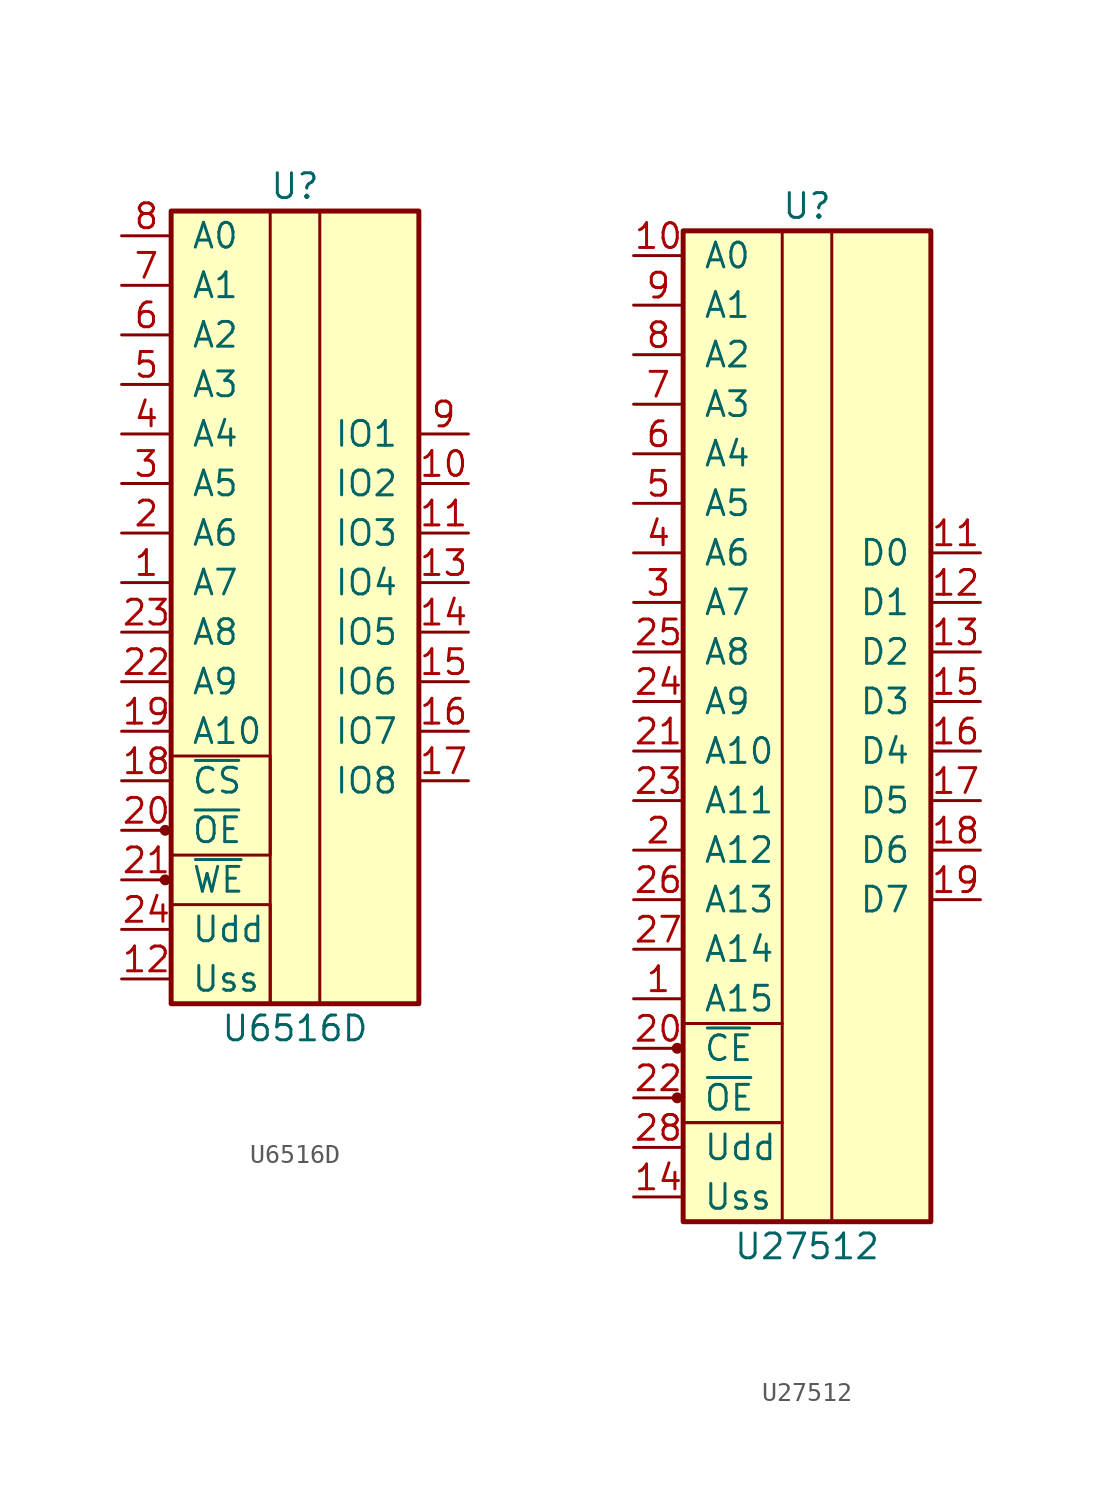
<source format=kicad_sym>
(kicad_symbol_lib
  (version 20211014)
  (generator kicad_symbol_editor)
  (symbol "U6516D"
    (pin_names
      (offset 1.016))
    (property "Reference" "U"
      (at 0 21.59 0)
      (effects (font (size 1.27 1.27))))
    (property "Value" "U6516D"
      (at 0 -21.59 0)
      (effects (font (size 1.27 1.27))))
    (symbol "U6516D_0_1"
      (rectangle (start -1.27 -12.7) (end -6.35 -7.62) (stroke (width 0) (type default) (color 0 0 0 0)) (fill (type none))))
    (symbol "U6516D_1_1"
      (circle (center -6.655 -13.97) (radius 0.203) (stroke (width 0) (type default) (color 0 0 0 0)) (fill (type outline)))
      (circle (center -6.655 -11.43) (radius 0.203) (stroke (width 0) (type default) (color 0 0 0 0)) (fill (type outline)))
      (rectangle (start -6.35 -15.24) (end -1.27 -20.32) (stroke (width 0) (type default) (color 0 0 0 0)) (fill (type none)))
      (rectangle (start -6.35 20.32) (end 6.35 -20.32) (stroke (width 0.254) (type default) (color 0 0 0 0)) (fill (type background)))
      (rectangle (start 1.27 20.32) (end -1.27 -20.32) (stroke (width 0) (type default) (color 0 0 0 0)) (fill (type none)))
      (pin input line (at -8.89 1.27 0) (length 2.54) (name "A7" (effects (font (size 1.27 1.27)))) (number "1" (effects (font (size 1.27 1.27)))))
      (pin tri_state line (at 8.89 6.35 180) (length 2.54) (name "IO2" (effects (font (size 1.27 1.27)))) (number "10" (effects (font (size 1.27 1.27)))))
      (pin tri_state line (at 8.89 3.81 180) (length 2.54) (name "IO3" (effects (font (size 1.27 1.27)))) (number "11" (effects (font (size 1.27 1.27)))))
      (pin power_in line (at -8.89 -19.05 0) (length 2.54) (name "Uss" (effects (font (size 1.27 1.27)))) (number "12" (effects (font (size 1.27 1.27)))))
      (pin tri_state line (at 8.89 1.27 180) (length 2.54) (name "IO4" (effects (font (size 1.27 1.27)))) (number "13" (effects (font (size 1.27 1.27)))))
      (pin tri_state line (at 8.89 -1.27 180) (length 2.54) (name "IO5" (effects (font (size 1.27 1.27)))) (number "14" (effects (font (size 1.27 1.27)))))
      (pin tri_state line (at 8.89 -3.81 180) (length 2.54) (name "IO6" (effects (font (size 1.27 1.27)))) (number "15" (effects (font (size 1.27 1.27)))))
      (pin tri_state line (at 8.89 -6.35 180) (length 2.54) (name "IO7" (effects (font (size 1.27 1.27)))) (number "16" (effects (font (size 1.27 1.27)))))
      (pin tri_state line (at 8.89 -8.89 180) (length 2.54) (name "IO8" (effects (font (size 1.27 1.27)))) (number "17" (effects (font (size 1.27 1.27)))))
      (pin input line (at -8.89 -8.89 0) (length 2.54) (name "~{CS}" (effects (font (size 1.27 1.27)))) (number "18" (effects (font (size 1.27 1.27)))))
      (pin input line (at -8.89 -6.35 0) (length 2.54) (name "A10" (effects (font (size 1.27 1.27)))) (number "19" (effects (font (size 1.27 1.27)))))
      (pin input line (at -8.89 3.81 0) (length 2.54) (name "A6" (effects (font (size 1.27 1.27)))) (number "2" (effects (font (size 1.27 1.27)))))
      (pin input line (at -8.89 -11.43 0) (length 2.54) (name "~{OE}" (effects (font (size 1.27 1.27)))) (number "20" (effects (font (size 1.27 1.27)))))
      (pin input line (at -8.89 -13.97 0) (length 2.54) (name "~{WE}" (effects (font (size 1.27 1.27)))) (number "21" (effects (font (size 1.27 1.27)))))
      (pin input line (at -8.89 -3.81 0) (length 2.54) (name "A9" (effects (font (size 1.27 1.27)))) (number "22" (effects (font (size 1.27 1.27)))))
      (pin input line (at -8.89 -1.27 0) (length 2.54) (name "A8" (effects (font (size 1.27 1.27)))) (number "23" (effects (font (size 1.27 1.27)))))
      (pin power_in line (at -8.89 -16.51 0) (length 2.54) (name "Udd" (effects (font (size 1.27 1.27)))) (number "24" (effects (font (size 1.27 1.27)))))
      (pin input line (at -8.89 6.35 0) (length 2.54) (name "A5" (effects (font (size 1.27 1.27)))) (number "3" (effects (font (size 1.27 1.27)))))
      (pin input line (at -8.89 8.89 0) (length 2.54) (name "A4" (effects (font (size 1.27 1.27)))) (number "4" (effects (font (size 1.27 1.27)))))
      (pin input line (at -8.89 11.43 0) (length 2.54) (name "A3" (effects (font (size 1.27 1.27)))) (number "5" (effects (font (size 1.27 1.27)))))
      (pin input line (at -8.89 13.97 0) (length 2.54) (name "A2" (effects (font (size 1.27 1.27)))) (number "6" (effects (font (size 1.27 1.27)))))
      (pin input line (at -8.89 16.51 0) (length 2.54) (name "A1" (effects (font (size 1.27 1.27)))) (number "7" (effects (font (size 1.27 1.27)))))
      (pin input line (at -8.89 19.05 0) (length 2.54) (name "A0" (effects (font (size 1.27 1.27)))) (number "8" (effects (font (size 1.27 1.27)))))
      (pin tri_state line (at 8.89 8.89 180) (length 2.54) (name "IO1" (effects (font (size 1.27 1.27)))) (number "9" (effects (font (size 1.27 1.27)))))))
  (symbol "U27512"
    (pin_names
      (offset 1.016))
    (property "Reference" "U"
      (at 0 26.67 0)
      (effects (font (size 1.27 1.27))))
    (property "Value" "U27512"
      (at 0 -26.67 0)
      (effects (font (size 1.27 1.27))))
    (symbol "U27512_0_1"
      (rectangle (start -1.27 -15.24) (end -6.35 -20.32) (stroke (width 0) (type default) (color 0 0 0 0)) (fill (type none))))
    (symbol "U27512_1_1"
      (circle (center -6.655 -19.05) (radius 0.203) (stroke (width 0) (type default) (color 0 0 0 0)) (fill (type outline)))
      (circle (center -6.655 -16.51) (radius 0.203) (stroke (width 0) (type default) (color 0 0 0 0)) (fill (type outline)))
      (rectangle (start -6.35 -20.32) (end -1.27 -25.4) (stroke (width 0) (type default) (color 0 0 0 0)) (fill (type none)))
      (rectangle (start -6.35 25.4) (end -1.27 -15.24) (stroke (width 0) (type default) (color 0 0 0 0)) (fill (type none)))
      (rectangle (start -6.35 25.4) (end 6.35 -25.4) (stroke (width 0.254) (type default) (color 0 0 0 0)) (fill (type background)))
      (rectangle (start 1.27 25.4) (end 6.35 -25.4) (stroke (width 0) (type default) (color 0 0 0 0)) (fill (type none)))
      (pin input line (at -8.89 -13.97 0) (length 2.54) (name "A15" (effects (font (size 1.27 1.27)))) (number "1" (effects (font (size 1.27 1.27)))))
      (pin input line (at -8.89 24.13 0) (length 2.54) (name "A0" (effects (font (size 1.27 1.27)))) (number "10" (effects (font (size 1.27 1.27)))))
      (pin tri_state line (at 8.89 8.89 180) (length 2.54) (name "D0" (effects (font (size 1.27 1.27)))) (number "11" (effects (font (size 1.27 1.27)))))
      (pin tri_state line (at 8.89 6.35 180) (length 2.54) (name "D1" (effects (font (size 1.27 1.27)))) (number "12" (effects (font (size 1.27 1.27)))))
      (pin tri_state line (at 8.89 3.81 180) (length 2.54) (name "D2" (effects (font (size 1.27 1.27)))) (number "13" (effects (font (size 1.27 1.27)))))
      (pin power_in line (at -8.89 -24.13 0) (length 2.54) (name "Uss" (effects (font (size 1.27 1.27)))) (number "14" (effects (font (size 1.27 1.27)))))
      (pin tri_state line (at 8.89 1.27 180) (length 2.54) (name "D3" (effects (font (size 1.27 1.27)))) (number "15" (effects (font (size 1.27 1.27)))))
      (pin tri_state line (at 8.89 -1.27 180) (length 2.54) (name "D4" (effects (font (size 1.27 1.27)))) (number "16" (effects (font (size 1.27 1.27)))))
      (pin tri_state line (at 8.89 -3.81 180) (length 2.54) (name "D5" (effects (font (size 1.27 1.27)))) (number "17" (effects (font (size 1.27 1.27)))))
      (pin tri_state line (at 8.89 -6.35 180) (length 2.54) (name "D6" (effects (font (size 1.27 1.27)))) (number "18" (effects (font (size 1.27 1.27)))))
      (pin tri_state line (at 8.89 -8.89 180) (length 2.54) (name "D7" (effects (font (size 1.27 1.27)))) (number "19" (effects (font (size 1.27 1.27)))))
      (pin input line (at -8.89 -6.35 0) (length 2.54) (name "A12" (effects (font (size 1.27 1.27)))) (number "2" (effects (font (size 1.27 1.27)))))
      (pin input line (at -8.89 -16.51 0) (length 2.54) (name "~{CE}" (effects (font (size 1.27 1.27)))) (number "20" (effects (font (size 1.27 1.27)))))
      (pin input line (at -8.89 -1.27 0) (length 2.54) (name "A10" (effects (font (size 1.27 1.27)))) (number "21" (effects (font (size 1.27 1.27)))))
      (pin input line (at -8.89 -19.05 0) (length 2.54) (name "~{OE}" (effects (font (size 1.27 1.27)))) (number "22" (effects (font (size 1.27 1.27)))))
      (pin input line (at -8.89 -3.81 0) (length 2.54) (name "A11" (effects (font (size 1.27 1.27)))) (number "23" (effects (font (size 1.27 1.27)))))
      (pin input line (at -8.89 1.27 0) (length 2.54) (name "A9" (effects (font (size 1.27 1.27)))) (number "24" (effects (font (size 1.27 1.27)))))
      (pin input line (at -8.89 3.81 0) (length 2.54) (name "A8" (effects (font (size 1.27 1.27)))) (number "25" (effects (font (size 1.27 1.27)))))
      (pin input line (at -8.89 -8.89 0) (length 2.54) (name "A13" (effects (font (size 1.27 1.27)))) (number "26" (effects (font (size 1.27 1.27)))))
      (pin input line (at -8.89 -11.43 0) (length 2.54) (name "A14" (effects (font (size 1.27 1.27)))) (number "27" (effects (font (size 1.27 1.27)))))
      (pin power_in line (at -8.89 -21.59 0) (length 2.54) (name "Udd" (effects (font (size 1.27 1.27)))) (number "28" (effects (font (size 1.27 1.27)))))
      (pin input line (at -8.89 6.35 0) (length 2.54) (name "A7" (effects (font (size 1.27 1.27)))) (number "3" (effects (font (size 1.27 1.27)))))
      (pin input line (at -8.89 8.89 0) (length 2.54) (name "A6" (effects (font (size 1.27 1.27)))) (number "4" (effects (font (size 1.27 1.27)))))
      (pin input line (at -8.89 11.43 0) (length 2.54) (name "A5" (effects (font (size 1.27 1.27)))) (number "5" (effects (font (size 1.27 1.27)))))
      (pin input line (at -8.89 13.97 0) (length 2.54) (name "A4" (effects (font (size 1.27 1.27)))) (number "6" (effects (font (size 1.27 1.27)))))
      (pin input line (at -8.89 16.51 0) (length 2.54) (name "A3" (effects (font (size 1.27 1.27)))) (number "7" (effects (font (size 1.27 1.27)))))
      (pin input line (at -8.89 19.05 0) (length 2.54) (name "A2" (effects (font (size 1.27 1.27)))) (number "8" (effects (font (size 1.27 1.27)))))
      (pin input line (at -8.89 21.59 0) (length 2.54) (name "A1" (effects (font (size 1.27 1.27)))) (number "9" (effects (font (size 1.27 1.27))))))))
</source>
